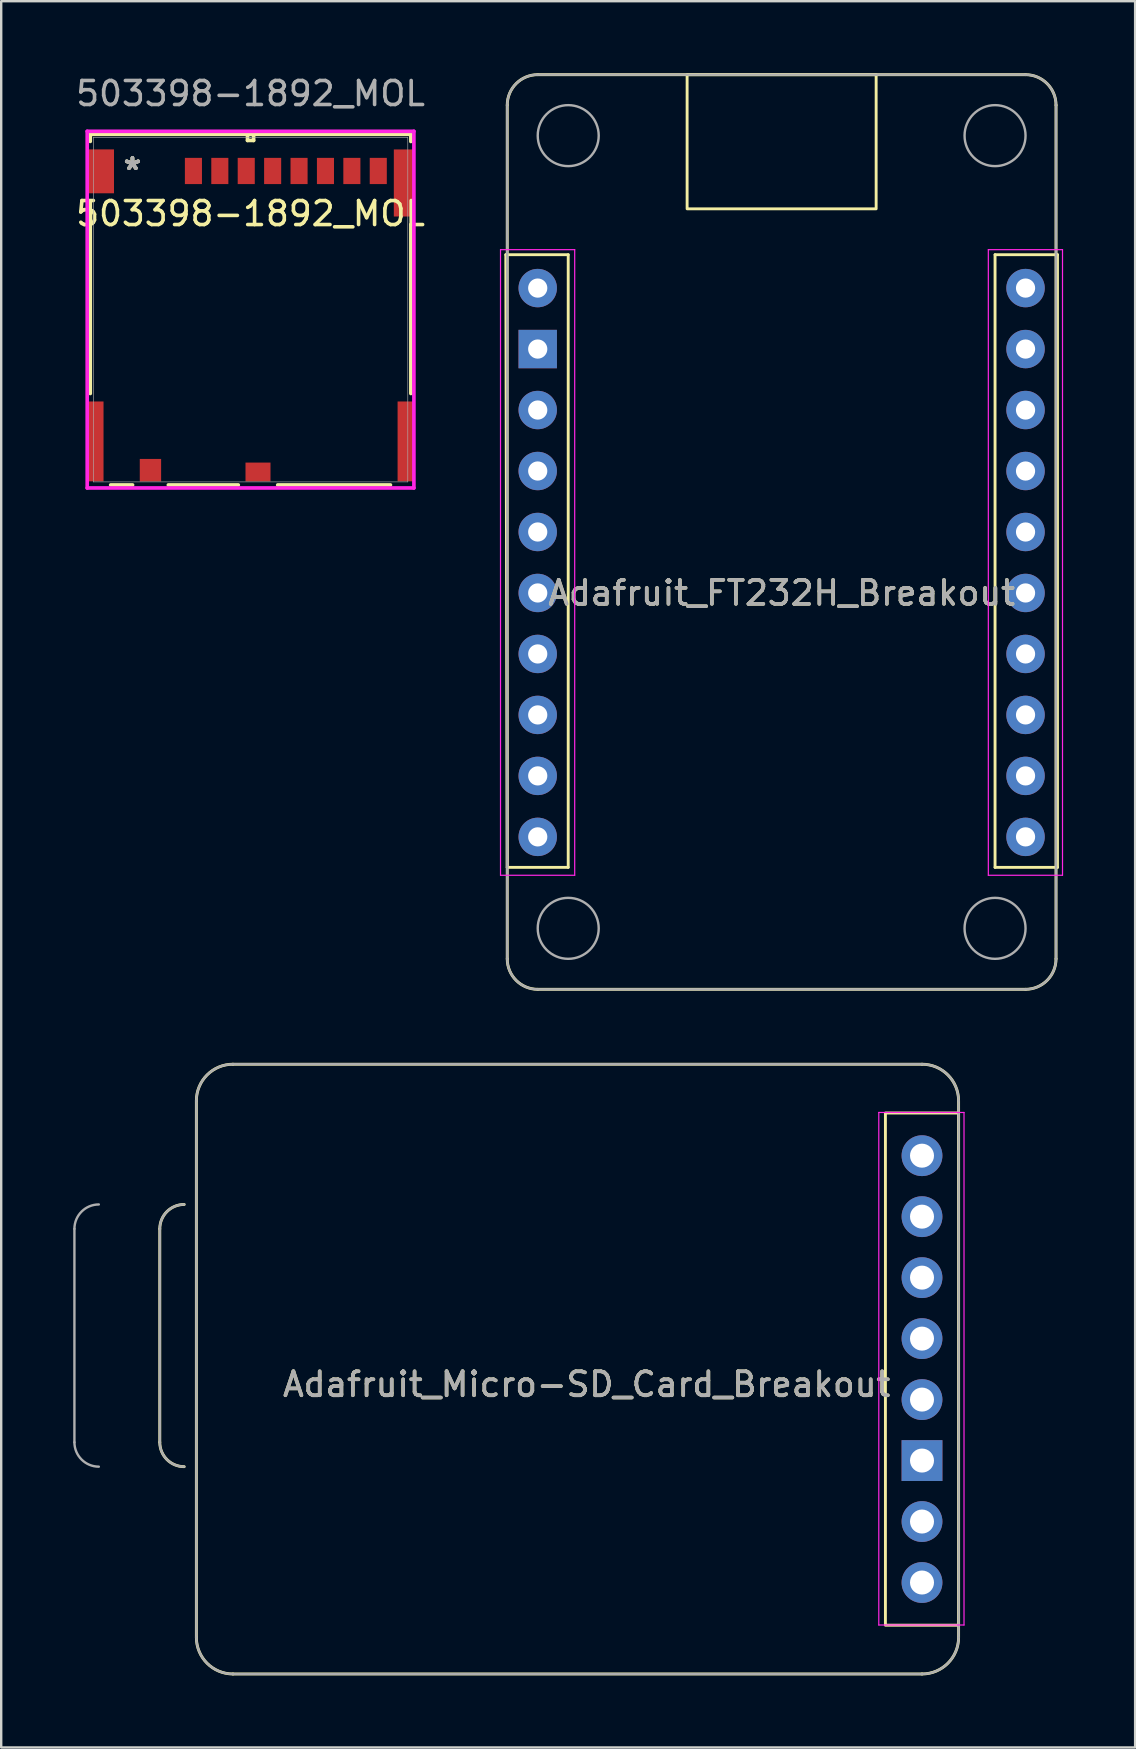
<source format=kicad_pcb>
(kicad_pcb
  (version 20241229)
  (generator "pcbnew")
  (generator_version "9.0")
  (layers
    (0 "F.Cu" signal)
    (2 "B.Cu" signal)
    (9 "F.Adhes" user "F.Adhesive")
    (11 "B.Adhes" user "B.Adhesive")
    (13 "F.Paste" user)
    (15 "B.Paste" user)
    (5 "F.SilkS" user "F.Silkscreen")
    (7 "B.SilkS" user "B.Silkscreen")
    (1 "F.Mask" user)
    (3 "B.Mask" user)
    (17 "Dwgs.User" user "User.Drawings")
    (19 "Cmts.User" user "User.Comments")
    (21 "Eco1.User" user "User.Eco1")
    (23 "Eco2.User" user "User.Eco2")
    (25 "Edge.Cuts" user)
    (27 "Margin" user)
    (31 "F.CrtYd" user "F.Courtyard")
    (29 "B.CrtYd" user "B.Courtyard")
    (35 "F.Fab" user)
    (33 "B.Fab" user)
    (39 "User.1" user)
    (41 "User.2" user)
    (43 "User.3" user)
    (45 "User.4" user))
  (footprint "503398-1892_MOL"
    (layer "F.Cu")
    (at 7.387 9.848)
    (property "Reference" "503398-1892_MOL" (at 0 -4 0) (unlocked yes) (layer "F.SilkS") (effects (font (size 1 1) (thickness 0.15))))
    (attr smd)
    (fp_line (start -6.677 -7.303) (end -6.677 -7.008) (stroke (width 0.152) (type solid)) (layer "F.SilkS"))
    (fp_line (start -6.677 -4.513) (end -6.677 3.493) (stroke (width 0.152) (type solid)) (layer "F.SilkS"))
    (fp_line (start -5.827 7.303) (end -4.915 7.303) (stroke (width 0.152) (type solid)) (layer "F.SilkS"))
    (fp_line (start -3.425 7.303) (end -0.511 7.303) (stroke (width 0.152) (type solid)) (layer "F.SilkS"))
    (fp_line (start -0.127 -7.303) (end -0.127 -7.048) (stroke (width 0.152) (type solid)) (layer "F.SilkS"))
    (fp_line (start -0.127 -7.048) (end 0.127 -7.048) (stroke (width 0.152) (type solid)) (layer "F.SilkS"))
    (fp_line (start 0.127 -7.303) (end -0.127 -7.303) (stroke (width 0.152) (type solid)) (layer "F.SilkS"))
    (fp_line (start 0.127 -7.048) (end 0.127 -7.303) (stroke (width 0.152) (type solid)) (layer "F.SilkS"))
    (fp_line (start 1.131 7.303) (end 5.827 7.303) (stroke (width 0.152) (type solid)) (layer "F.SilkS"))
    (fp_line (start 6.677 -7.303) (end -6.677 -7.303) (stroke (width 0.152) (type solid)) (layer "F.SilkS"))
    (fp_line (start 6.677 -7.005) (end 6.677 -7.303) (stroke (width 0.152) (type solid)) (layer "F.SilkS"))
    (fp_line (start 6.677 3.493) (end 6.677 -3.546) (stroke (width 0.152) (type solid)) (layer "F.SilkS"))
    (fp_line (start -6.804 -7.429) (end -6.804 7.429) (stroke (width 0.152) (type solid)) (layer "F.CrtYd"))
    (fp_line (start -6.804 7.429) (end 6.804 7.429) (stroke (width 0.152) (type solid)) (layer "F.CrtYd"))
    (fp_line (start 6.804 -7.429) (end -6.804 -7.429) (stroke (width 0.152) (type solid)) (layer "F.CrtYd"))
    (fp_line (start 6.804 7.429) (end 6.804 -7.429) (stroke (width 0.152) (type solid)) (layer "F.CrtYd"))
    (fp_line (start -6.55 -7.176) (end -6.55 7.176) (stroke (width 0.025) (type solid)) (layer "F.Fab"))
    (fp_line (start -6.55 7.176) (end 6.55 7.176) (stroke (width 0.025) (type solid)) (layer "F.Fab"))
    (fp_line (start 0 -7.176) (end 0 -7.176) (stroke (width 0.025) (type solid)) (layer "F.Fab"))
    (fp_line (start 0 -7.176) (end 0 -7.176) (stroke (width 0.025) (type solid)) (layer "F.Fab"))
    (fp_line (start 0 -7.176) (end 0 -7.176) (stroke (width 0.025) (type solid)) (layer "F.Fab"))
    (fp_line (start 0 -7.176) (end 0 -7.176) (stroke (width 0.025) (type solid)) (layer "F.Fab"))
    (fp_line (start 6.55 -7.176) (end -6.55 -7.176) (stroke (width 0.025) (type solid)) (layer "F.Fab"))
    (fp_line (start 6.55 7.176) (end 6.55 -7.176) (stroke (width 0.025) (type solid)) (layer "F.Fab"))
    (fp_text user "*" (at -4.92 -5.776 0) (unlocked yes) (layer "F.SilkS") (effects (font (size 1 1) (thickness 0.15))))
    (fp_text user "*" (at -4.92 -5.776 0) (layer "F.SilkS") (effects (font (size 1 1) (thickness 0.15))))
    (fp_text user "${REFERENCE}" (at 0 -9 0) (unlocked yes) (layer "F.Fab") (effects (font (size 1 1) (thickness 0.15))))
    (fp_text user "*" (at -4.92 -5.776 0) (unlocked yes) (layer "F.Fab") (effects (font (size 1 1) (thickness 0.15))))
    (fp_text user "*" (at -4.92 -5.776 0) (layer "F.Fab") (effects (font (size 1 1) (thickness 0.15))))
    (pad "1" smd rect (at -2.38 -5.776) (size 0.711 1.092) (layers "F.Cu" "F.Mask" "F.Paste"))
    (pad "2" smd rect (at -1.28 -5.776) (size 0.711 1.092) (layers "F.Cu" "F.Mask" "F.Paste"))
    (pad "3" smd rect (at -0.18 -5.776) (size 0.711 1.092) (layers "F.Cu" "F.Mask" "F.Paste"))
    (pad "4" smd rect (at 0.92 -5.776) (size 0.711 1.092) (layers "F.Cu" "F.Mask" "F.Paste"))
    (pad "5" smd rect (at 2.02 -5.776) (size 0.711 1.092) (layers "F.Cu" "F.Mask" "F.Paste"))
    (pad "6" smd rect (at 3.12 -5.776) (size 0.711 1.092) (layers "F.Cu" "F.Mask" "F.Paste"))
    (pad "7" smd rect (at 4.22 -5.776) (size 0.711 1.092) (layers "F.Cu" "F.Mask" "F.Paste"))
    (pad "8" smd rect (at 5.32 -5.776) (size 0.711 1.092) (layers "F.Cu" "F.Mask" "F.Paste"))
    (pad "9" smd rect (at -4.17 6.689) (size 0.889 0.94) (layers "F.Cu" "F.Mask" "F.Paste"))
    (pad "10" smd rect (at 0.31 6.764) (size 1.041 0.787) (layers "F.Cu" "F.Mask" "F.Paste"))
    (pad "11" smd rect (at -6.48 5.489) (size 0.711 3.327) (layers "F.Cu" "F.Mask" "F.Paste"))
    (pad "11" smd rect (at -6.26 -5.761) (size 1.143 1.829) (layers "F.Cu" "F.Mask" "F.Paste"))
    (pad "11" smd rect (at 6.4 -5.276) (size 0.864 2.794) (layers "F.Cu" "F.Mask" "F.Paste"))
    (pad "11" smd rect (at 6.48 5.489) (size 0.711 3.327) (layers "F.Cu" "F.Mask" "F.Paste")))
  (footprint "Adafruit_FT232H_Breakout"
    (layer "F.Cu")
    (at 19.349 8.95)
    (property "Reference" "Adafruit_FT232H_Breakout" (at 10.16 12.7 0) (layer "F.SilkS") (effects (font (size 1 1) (thickness 0.15))))
    (attr through_hole)
    (fp_line (start -1.27 24.13) (end -1.33 -1.39) (stroke (width 0.12) (type solid)) (layer "F.SilkS"))
    (fp_line (start -1.27 27.94) (end -1.27 -7.62) (stroke (width 0.12) (type solid)) (layer "F.SilkS"))
    (fp_line (start 0 -8.89) (end 20.32 -8.89) (stroke (width 0.12) (type solid)) (layer "F.SilkS"))
    (fp_line (start 1.27 -1.39) (end -1.33 -1.39) (stroke (width 0.12) (type solid)) (layer "F.SilkS"))
    (fp_line (start 1.27 -1.39) (end 1.27 24.13) (stroke (width 0.12) (type solid)) (layer "F.SilkS"))
    (fp_line (start 1.27 24.13) (end -1.27 24.13) (stroke (width 0.12) (type solid)) (layer "F.SilkS"))
    (fp_line (start 19.05 -1.39) (end 19.05 24.13) (stroke (width 0.12) (type solid)) (layer "F.SilkS"))
    (fp_line (start 19.05 -1.39) (end 21.65 -1.39) (stroke (width 0.12) (type solid)) (layer "F.SilkS"))
    (fp_line (start 19.05 24.13) (end 21.65 24.13) (stroke (width 0.12) (type solid)) (layer "F.SilkS"))
    (fp_line (start 20.32 29.21) (end 0 29.21) (stroke (width 0.12) (type solid)) (layer "F.SilkS"))
    (fp_line (start 21.59 -7.62) (end 21.59 27.94) (stroke (width 0.12) (type solid)) (layer "F.SilkS"))
    (fp_line (start 21.65 24.13) (end 21.65 -1.39) (stroke (width 0.12) (type solid)) (layer "F.SilkS"))
    (fp_rect (start 6.223 -8.89) (end 14.097 -3.302) (stroke (width 0.12) (type solid)) (fill no) (layer "F.SilkS"))
    (fp_arc (start -1.27 -7.62) (mid -0.898026 -8.518026) (end 0 -8.89) (stroke (width 0.12) (type solid)) (layer "F.SilkS"))
    (fp_arc (start 0 29.21) (mid -0.898026 28.838026) (end -1.27 27.94) (stroke (width 0.12) (type solid)) (layer "F.SilkS"))
    (fp_arc (start 20.32 -8.89) (mid 21.218026 -8.518026) (end 21.59 -7.62) (stroke (width 0.12) (type solid)) (layer "F.SilkS"))
    (fp_arc (start 21.59 27.94) (mid 21.218026 28.838026) (end 20.32 29.21) (stroke (width 0.12) (type solid)) (layer "F.SilkS"))
    (fp_line (start -1.55 24.46) (end -1.55 -1.6) (stroke (width 0.05) (type solid)) (layer "F.CrtYd"))
    (fp_line (start 1.54 -1.6) (end -1.55 -1.6) (stroke (width 0.05) (type solid)) (layer "F.CrtYd"))
    (fp_line (start 1.54 24.46) (end -1.55 24.46) (stroke (width 0.05) (type solid)) (layer "F.CrtYd"))
    (fp_line (start 1.54 24.46) (end 1.54 -1.6) (stroke (width 0.05) (type solid)) (layer "F.CrtYd"))
    (fp_line (start 18.77 24.46) (end 18.77 -1.6) (stroke (width 0.05) (type solid)) (layer "F.CrtYd"))
    (fp_line (start 21.86 -1.6) (end 18.77 -1.6) (stroke (width 0.05) (type solid)) (layer "F.CrtYd"))
    (fp_line (start 21.86 24.46) (end 18.77 24.46) (stroke (width 0.05) (type solid)) (layer "F.CrtYd"))
    (fp_line (start 21.86 24.46) (end 21.86 -1.6) (stroke (width 0.05) (type solid)) (layer "F.CrtYd"))
    (fp_line (start -1.27 -7.62) (end -1.27 27.94) (stroke (width 0.1) (type solid)) (layer "F.Fab"))
    (fp_line (start 0 29.21) (end 20.32 29.21) (stroke (width 0.1) (type solid)) (layer "F.Fab"))
    (fp_line (start 20.32 -8.89) (end 0 -8.89) (stroke (width 0.1) (type solid)) (layer "F.Fab"))
    (fp_line (start 21.59 27.94) (end 21.59 -7.62) (stroke (width 0.1) (type solid)) (layer "F.Fab"))
    (fp_arc (start -1.27 -7.62) (mid -0.898026 -8.518026) (end 0 -8.89) (stroke (width 0.1) (type solid)) (layer "F.Fab"))
    (fp_arc (start 0 29.21) (mid -0.898026 28.838026) (end -1.27 27.94) (stroke (width 0.1) (type solid)) (layer "F.Fab"))
    (fp_arc (start 20.32 -8.89) (mid 21.218026 -8.518026) (end 21.59 -7.62) (stroke (width 0.1) (type solid)) (layer "F.Fab"))
    (fp_arc (start 21.59 27.94) (mid 21.218026 28.838026) (end 20.32 29.21) (stroke (width 0.1) (type solid)) (layer "F.Fab"))
    (fp_circle (center 1.27 -6.35) (end 2.54 -6.35) (stroke (width 0.1) (type solid)) (fill no) (layer "F.Fab"))
    (fp_circle (center 1.27 26.67) (end 2.54 26.67) (stroke (width 0.1) (type solid)) (fill no) (layer "F.Fab"))
    (fp_circle (center 19.05 -6.35) (end 20.32 -6.35) (stroke (width 0.1) (type solid)) (fill no) (layer "F.Fab"))
    (fp_circle (center 19.05 26.67) (end 20.32 26.67) (stroke (width 0.1) (type solid)) (fill no) (layer "F.Fab"))
    (fp_text user "${REFERENCE}" (at 10.16 12.7 0) (layer "F.Fab") (effects (font (size 1 1) (thickness 0.15))))
    (pad "1" thru_hole circle (at 0 0) (size 1.6 1.6) (drill 0.8) (layers "*.Cu" "*.Mask"))
    (pad "2" thru_hole rect (at 0 2.54) (size 1.6 1.6) (drill 0.8) (layers "*.Cu" "*.Mask"))
    (pad "3" thru_hole oval (at 0 5.08) (size 1.6 1.6) (drill 0.8) (layers "*.Cu" "*.Mask"))
    (pad "4" thru_hole oval (at 0 7.62) (size 1.6 1.6) (drill 0.8) (layers "*.Cu" "*.Mask"))
    (pad "5" thru_hole oval (at 0 10.16) (size 1.6 1.6) (drill 0.8) (layers "*.Cu" "*.Mask"))
    (pad "6" thru_hole oval (at 0 12.7) (size 1.6 1.6) (drill 0.8) (layers "*.Cu" "*.Mask"))
    (pad "7" thru_hole oval (at 0 15.24) (size 1.6 1.6) (drill 0.8) (layers "*.Cu" "*.Mask"))
    (pad "8" thru_hole oval (at 0 17.78) (size 1.6 1.6) (drill 0.8) (layers "*.Cu" "*.Mask"))
    (pad "9" thru_hole oval (at 0 20.32) (size 1.6 1.6) (drill 0.8) (layers "*.Cu" "*.Mask"))
    (pad "10" thru_hole oval (at 0 22.86) (size 1.6 1.6) (drill 0.8) (layers "*.Cu" "*.Mask"))
    (pad "11" thru_hole oval (at 20.32 22.86) (size 1.6 1.6) (drill 0.8) (layers "*.Cu" "*.Mask"))
    (pad "12" thru_hole oval (at 20.32 20.32) (size 1.6 1.6) (drill 0.8) (layers "*.Cu" "*.Mask"))
    (pad "13" thru_hole oval (at 20.32 17.78) (size 1.6 1.6) (drill 0.8) (layers "*.Cu" "*.Mask"))
    (pad "14" thru_hole oval (at 20.32 15.24 90) (size 1.6 1.6) (drill 0.8) (layers "*.Cu" "*.Mask"))
    (pad "15" thru_hole oval (at 20.32 12.7) (size 1.6 1.6) (drill 0.8) (layers "*.Cu" "*.Mask"))
    (pad "16" thru_hole oval (at 20.32 10.16) (size 1.6 1.6) (drill 0.8) (layers "*.Cu" "*.Mask"))
    (pad "17" thru_hole oval (at 20.32 7.62) (size 1.6 1.6) (drill 0.8) (layers "*.Cu" "*.Mask"))
    (pad "18" thru_hole oval (at 20.32 5.08) (size 1.6 1.6) (drill 0.8) (layers "*.Cu" "*.Mask"))
    (pad "19" thru_hole oval (at 20.32 2.54) (size 1.6 1.6) (drill 0.8) (layers "*.Cu" "*.Mask"))
    (pad "20" thru_hole oval (at 20.32 0) (size 1.6 1.6) (drill 0.8) (layers "*.Cu" "*.Mask")))
  (footprint "Adafruit_Micro-SD_Card_Breakout"
    (layer "F.Cu")
    (at 35.356 45.09)
    (property "Reference" "Adafruit_Micro-SD_Card_Breakout" (at -13.97 9.525 0) (layer "F.SilkS") (effects (font (size 1 1) (thickness 0.15))))
    (attr through_hole)
    (fp_line (start -31.75 3.048) (end -31.75 11.938) (stroke (width 0.12) (type solid)) (layer "F.SilkS"))
    (fp_line (start -30.226 20.066) (end -30.226 -2.286) (stroke (width 0.12) (type solid)) (layer "F.SilkS"))
    (fp_line (start -28.702 -3.81) (end 0 -3.81) (stroke (width 0.12) (type solid)) (layer "F.SilkS"))
    (fp_line (start 0 21.59) (end -28.702 21.59) (stroke (width 0.12) (type solid)) (layer "F.SilkS"))
    (fp_line (start 1.524 -2.286) (end 1.524 20.066) (stroke (width 0.12) (type solid)) (layer "F.SilkS"))
    (fp_rect (start 1.524 19.558) (end -1.524 -1.778) (stroke (width 0.12) (type solid)) (fill no) (layer "F.SilkS"))
    (fp_arc (start -31.75 3.048) (mid -31.45242 2.32958) (end -30.734 2.032) (stroke (width 0.12) (type solid)) (layer "F.SilkS"))
    (fp_arc (start -30.734 12.954) (mid -31.45242 12.65642) (end -31.75 11.938) (stroke (width 0.12) (type solid)) (layer "F.SilkS"))
    (fp_arc (start -30.226 -2.286) (mid -29.779631 -3.363631) (end -28.702 -3.81) (stroke (width 0.12) (type solid)) (layer "F.SilkS"))
    (fp_arc (start -28.702 21.59) (mid -29.779631 21.143631) (end -30.226 20.066) (stroke (width 0.12) (type solid)) (layer "F.SilkS"))
    (fp_arc (start 0 -3.81) (mid 1.077631 -3.363631) (end 1.524 -2.286) (stroke (width 0.12) (type solid)) (layer "F.SilkS"))
    (fp_arc (start 1.524 20.066) (mid 1.077631 21.143631) (end 0 21.59) (stroke (width 0.12) (type solid)) (layer "F.SilkS"))
    (fp_line (start -1.8 -1.8) (end 1.75 -1.8) (stroke (width 0.05) (type solid)) (layer "F.CrtYd"))
    (fp_line (start -1.8 19.55) (end -1.8 -1.8) (stroke (width 0.05) (type solid)) (layer "F.CrtYd"))
    (fp_line (start 1.75 -1.8) (end 1.75 19.55) (stroke (width 0.05) (type solid)) (layer "F.CrtYd"))
    (fp_line (start 1.75 19.55) (end -1.8 19.55) (stroke (width 0.05) (type solid)) (layer "F.CrtYd"))
    (fp_line (start -35.306 11.938) (end -35.306 3.048) (stroke (width 0.1) (type solid)) (layer "F.Fab"))
    (fp_line (start -31.75 3.048) (end -31.75 11.938) (stroke (width 0.1) (type solid)) (layer "F.Fab"))
    (fp_line (start -30.226 20.066) (end -30.226 -2.286) (stroke (width 0.1) (type solid)) (layer "F.Fab"))
    (fp_line (start -28.702 -3.81) (end 0 -3.81) (stroke (width 0.1) (type solid)) (layer "F.Fab"))
    (fp_line (start 0 21.59) (end -28.702 21.59) (stroke (width 0.1) (type solid)) (layer "F.Fab"))
    (fp_line (start 1.524 -2.286) (end 1.524 20.066) (stroke (width 0.1) (type solid)) (layer "F.Fab"))
    (fp_arc (start -35.306 3.048) (mid -35.00842 2.32958) (end -34.29 2.032) (stroke (width 0.1) (type solid)) (layer "F.Fab"))
    (fp_arc (start -34.29 12.954) (mid -35.00842 12.65642) (end -35.306 11.938) (stroke (width 0.1) (type solid)) (layer "F.Fab"))
    (fp_arc (start -31.75 3.048) (mid -31.45242 2.32958) (end -30.734 2.032) (stroke (width 0.1) (type solid)) (layer "F.Fab"))
    (fp_arc (start -30.734 12.954) (mid -31.45242 12.65642) (end -31.75 11.938) (stroke (width 0.1) (type solid)) (layer "F.Fab"))
    (fp_arc (start -30.226 -2.286) (mid -29.779631 -3.363631) (end -28.702 -3.81) (stroke (width 0.1) (type solid)) (layer "F.Fab"))
    (fp_arc (start -28.702 21.59) (mid -29.779631 21.143631) (end -30.226 20.066) (stroke (width 0.1) (type solid)) (layer "F.Fab"))
    (fp_arc (start 0 -3.81) (mid 1.077631 -3.363631) (end 1.524 -2.286) (stroke (width 0.1) (type solid)) (layer "F.Fab"))
    (fp_arc (start 1.524 20.066) (mid 1.077631 21.143631) (end 0 21.59) (stroke (width 0.1) (type solid)) (layer "F.Fab"))
    (fp_text user "${REFERENCE}" (at -13.97 9.525 180) (layer "F.Fab") (effects (font (size 1 1) (thickness 0.15))))
    (pad "1" thru_hole circle (at 0 0) (size 1.7 1.7) (drill 1) (layers "*.Cu" "*.Mask"))
    (pad "2" thru_hole oval (at 0 2.54) (size 1.7 1.7) (drill 1) (layers "*.Cu" "*.Mask"))
    (pad "3" thru_hole oval (at 0 5.08) (size 1.7 1.7) (drill 1) (layers "*.Cu" "*.Mask"))
    (pad "4" thru_hole oval (at 0 7.62) (size 1.7 1.7) (drill 1) (layers "*.Cu" "*.Mask"))
    (pad "5" thru_hole oval (at 0 10.16) (size 1.7 1.7) (drill 1) (layers "*.Cu" "*.Mask"))
    (pad "6" thru_hole rect (at 0 12.7) (size 1.7 1.7) (drill 1) (layers "*.Cu" "*.Mask"))
    (pad "7" thru_hole oval (at 0 15.24) (size 1.7 1.7) (drill 1) (layers "*.Cu" "*.Mask"))
    (pad "8" thru_hole oval (at 0 17.78) (size 1.7 1.7) (drill 1) (layers "*.Cu" "*.Mask")))
  (gr_rect
    (start -3 -3)
    (end 44.234 69.74)
    (stroke (width 0.1) (type default))
    (fill no)
    (layer "Edge.Cuts")))
</source>
